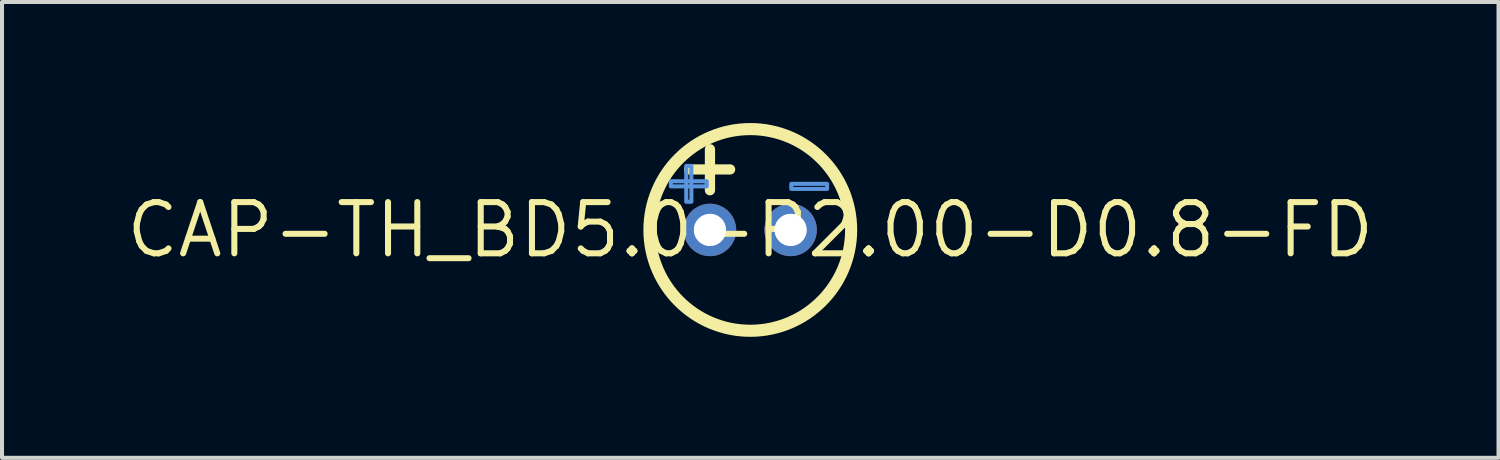
<source format=kicad_pcb>
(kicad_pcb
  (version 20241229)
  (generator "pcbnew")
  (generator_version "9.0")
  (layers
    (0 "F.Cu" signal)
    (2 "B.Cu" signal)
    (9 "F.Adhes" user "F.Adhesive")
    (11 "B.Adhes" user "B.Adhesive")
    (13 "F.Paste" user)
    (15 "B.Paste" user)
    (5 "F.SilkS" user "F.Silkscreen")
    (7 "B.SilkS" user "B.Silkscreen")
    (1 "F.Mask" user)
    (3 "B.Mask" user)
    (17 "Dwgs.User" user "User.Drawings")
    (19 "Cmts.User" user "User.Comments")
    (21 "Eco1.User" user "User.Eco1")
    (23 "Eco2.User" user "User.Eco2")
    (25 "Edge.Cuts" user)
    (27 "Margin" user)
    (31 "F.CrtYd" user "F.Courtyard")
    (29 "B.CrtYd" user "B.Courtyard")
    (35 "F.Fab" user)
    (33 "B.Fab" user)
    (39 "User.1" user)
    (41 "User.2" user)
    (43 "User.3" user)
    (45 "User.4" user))
  (footprint "CAP-TH_BD5.0-P2.00-D0.8-FD"
    (layer "F.Cu")
    (at 15.55 2.65)
    (property "Reference" "CAP-TH_BD5.0-P2.00-D0.8-FD" (at 0 0 0) (layer "F.SilkS") (effects (font (size 1.27 1.27) (thickness 0.15))))
    (attr through_hole)
    (fp_line (start -1.516 -1.5) (end -0.5 -1.5) (stroke (width 0.254) (type solid)) (layer "F.SilkS"))
    (fp_line (start -1 -2) (end -1 -0.984) (stroke (width 0.254) (type solid)) (layer "F.SilkS"))
    (fp_circle (center 0 0) (end 2.5 0) (stroke (width 0.3) (type solid)) (fill no) (layer "F.SilkS"))
    (fp_poly (pts (xy -1.969 -1.207) (xy -1.08 -1.207) (xy -1.08 -1.08) (xy -1.969 -1.08)) (stroke (width 0.1) (type solid)) (fill no) (layer "Cmts.User"))
    (fp_poly (pts (xy -1.588 -0.698) (xy -1.588 -1.587) (xy -1.461 -1.587) (xy -1.46 -0.698)) (stroke (width 0.1) (type solid)) (fill no) (layer "Cmts.User"))
    (fp_poly (pts (xy 1.016 -1.143) (xy 1.905 -1.143) (xy 1.905 -1.016) (xy 1.016 -1.016)) (stroke (width 0.1) (type solid)) (fill no) (layer "Cmts.User"))
    (fp_text user "" (at 0 0 0) (layer "Cmts.User") (effects (font (size 1 1) (thickness 0.15))))
    (pad "1" thru_hole circle (at -1 0) (size 1.3 1.3) (drill 0.8) (layers "*.Cu" "*.Paste" "*.Mask"))
    (pad "2" thru_hole circle (at 1 0) (size 1.3 1.3) (drill 0.8) (layers "*.Cu" "*.Paste" "*.Mask")))
  (gr_rect
    (start -3 -3)
    (end 34.099 8.3)
    (stroke (width 0.1) (type default))
    (fill no)
    (layer "Edge.Cuts")))
</source>
